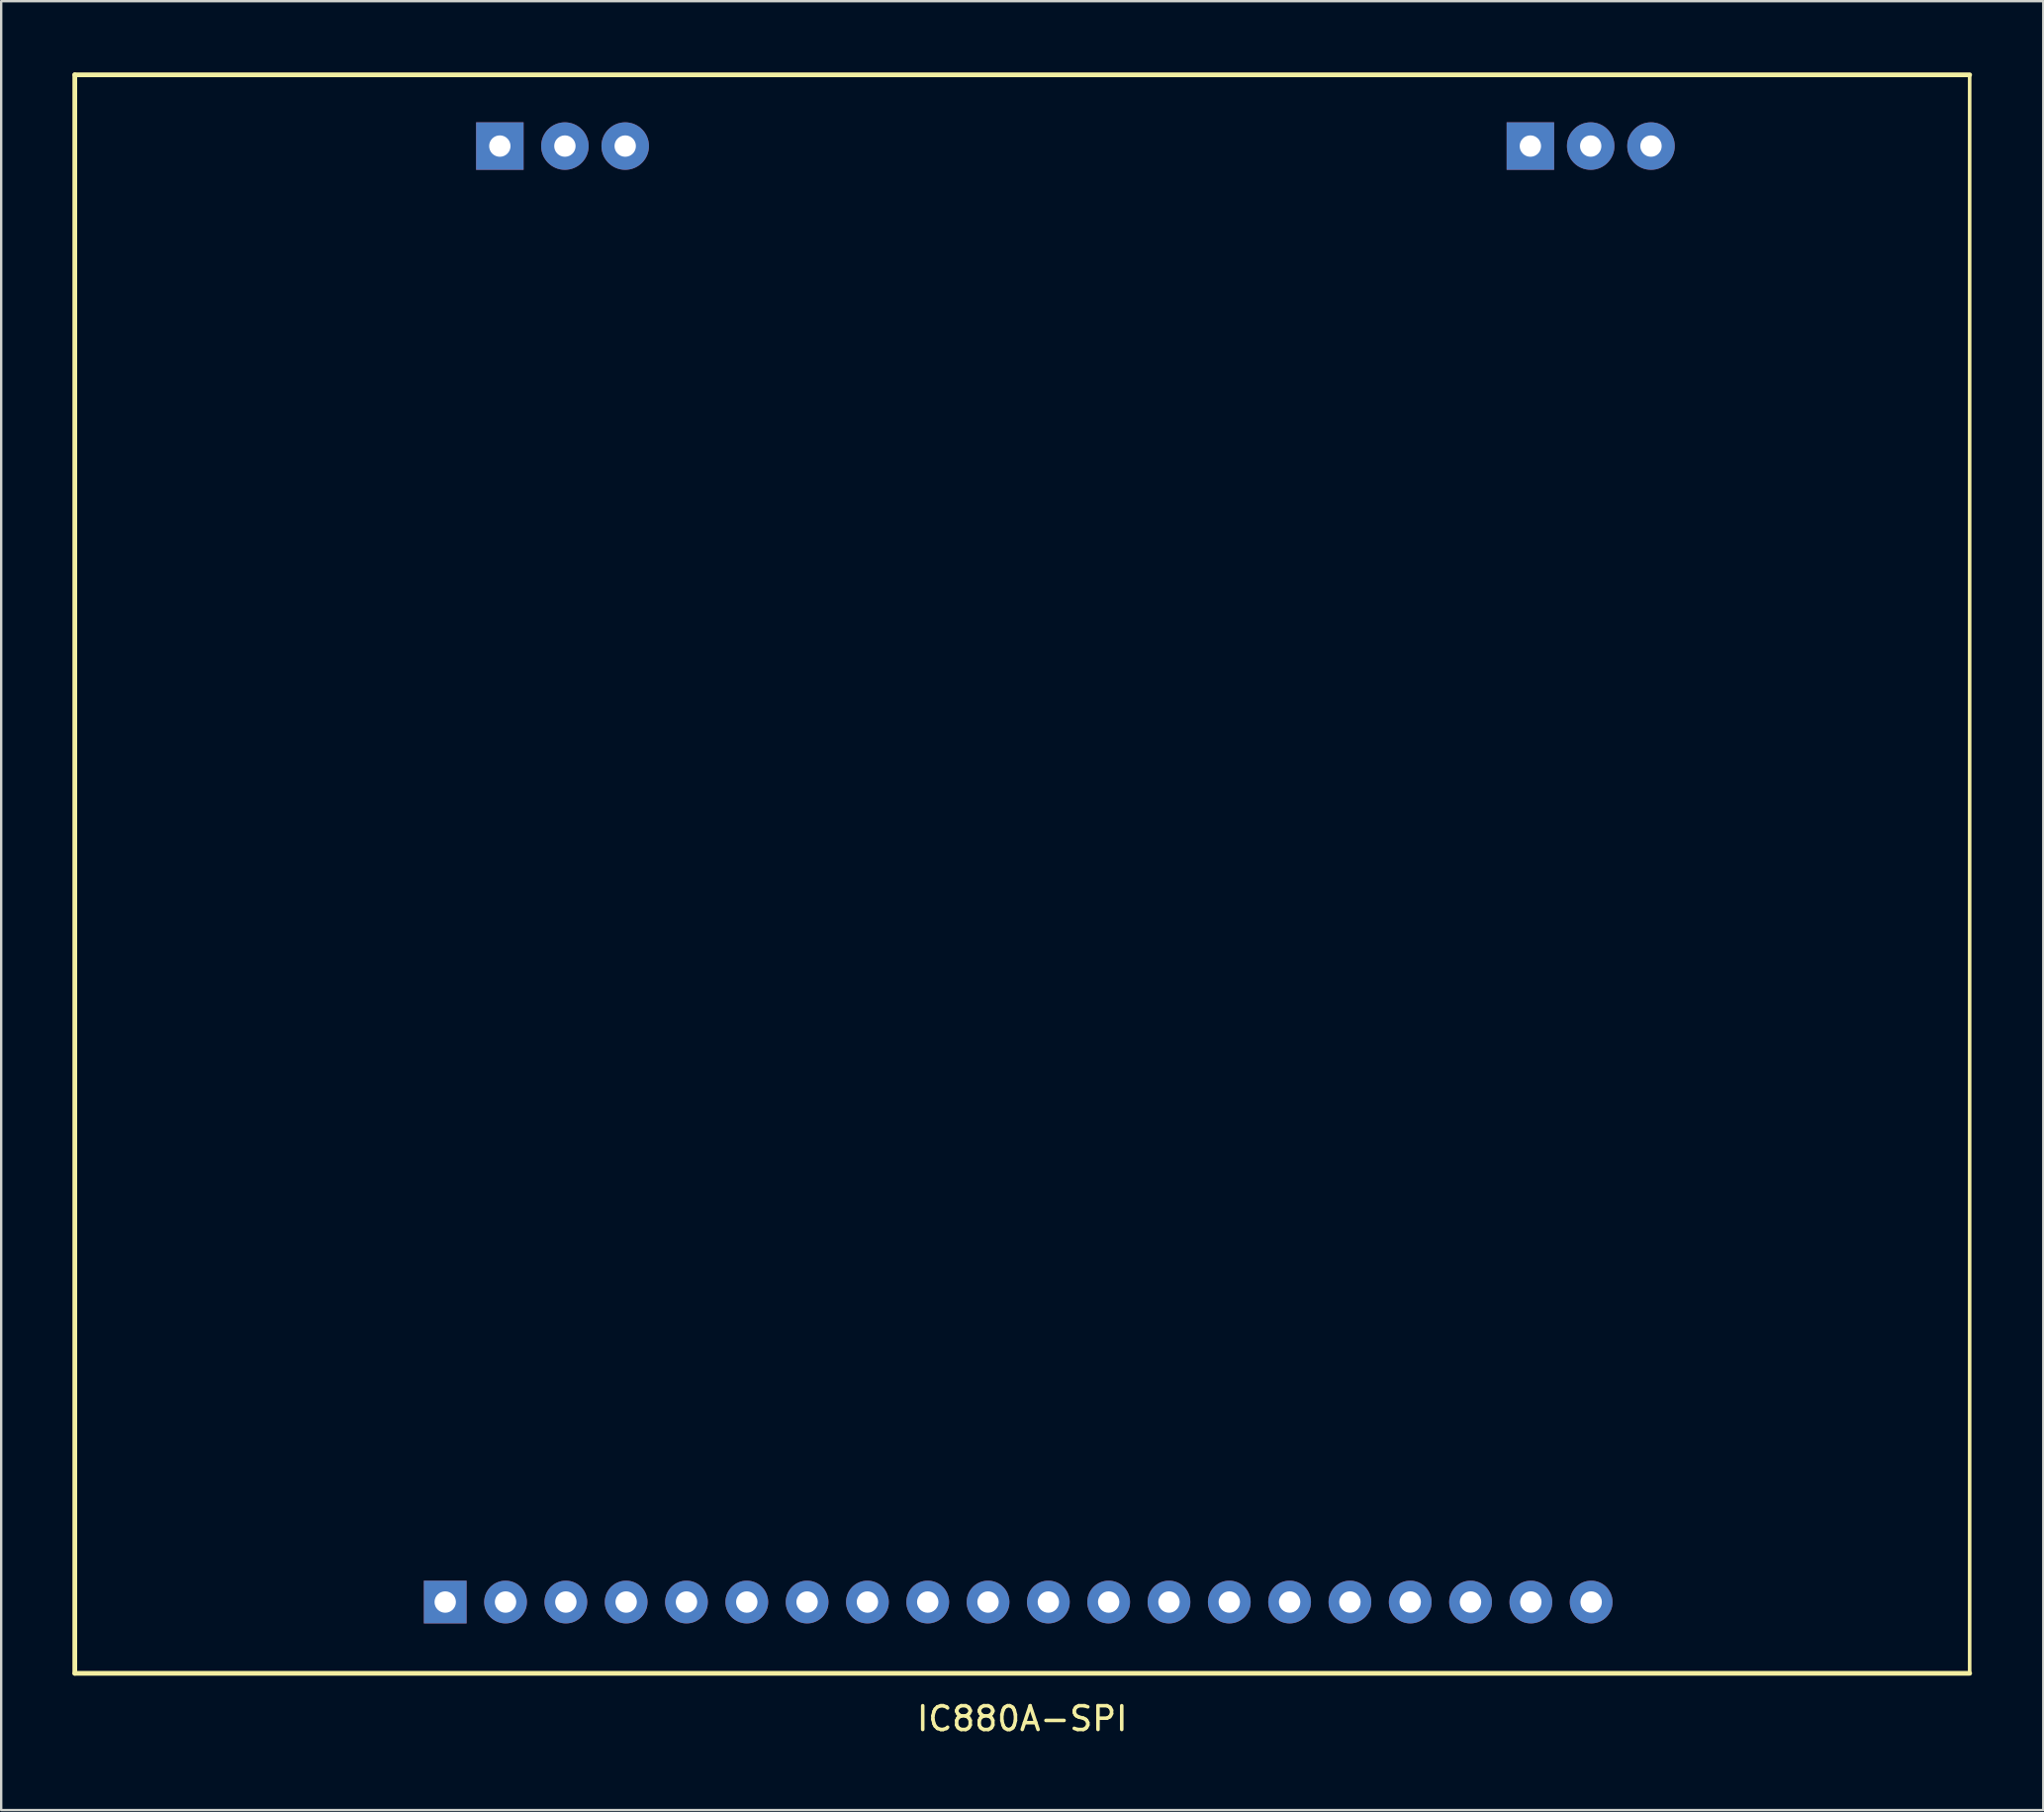
<source format=kicad_pcb>
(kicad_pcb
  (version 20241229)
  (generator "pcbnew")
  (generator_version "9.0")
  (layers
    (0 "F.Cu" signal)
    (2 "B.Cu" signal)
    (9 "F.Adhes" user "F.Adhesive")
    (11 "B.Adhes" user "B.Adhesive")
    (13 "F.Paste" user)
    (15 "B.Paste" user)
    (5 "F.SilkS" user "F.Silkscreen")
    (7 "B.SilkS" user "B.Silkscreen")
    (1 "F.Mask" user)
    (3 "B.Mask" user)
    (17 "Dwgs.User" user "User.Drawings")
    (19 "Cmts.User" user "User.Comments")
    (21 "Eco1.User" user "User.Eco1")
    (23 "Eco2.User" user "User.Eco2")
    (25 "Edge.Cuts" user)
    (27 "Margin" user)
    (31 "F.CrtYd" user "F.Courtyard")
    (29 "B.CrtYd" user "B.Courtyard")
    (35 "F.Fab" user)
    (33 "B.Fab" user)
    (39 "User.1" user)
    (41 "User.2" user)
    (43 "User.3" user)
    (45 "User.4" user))
  (footprint "IC880A-SPI"
    (layer "F.Cu")
    (at 40 33.75)
    (property "Reference" "IC880A-SPI" (at 0 35.56 0) (layer "F.SilkS") (effects (font (size 1 1) (thickness 0.15))))
    (attr through_hole)
    (fp_line (start -39.9 -33.65) (end 39.9 -33.65) (stroke (width 0.2) (type solid)) (layer "F.SilkS"))
    (fp_line (start -39.9 33.65) (end -39.9 -33.65) (stroke (width 0.2) (type solid)) (layer "F.SilkS"))
    (fp_line (start 39.9 -33.65) (end 39.9 33.65) (stroke (width 0.15) (type solid)) (layer "F.SilkS"))
    (fp_line (start 39.9 33.65) (end -39.9 33.65) (stroke (width 0.2) (type solid)) (layer "F.SilkS"))
    (pad "1" thru_hole rect (at -24.3 30.65) (size 1.8 1.8) (drill 0.9) (layers "*.Cu" "*.Mask"))
    (pad "2" thru_hole circle (at -21.76 30.65) (size 1.8 1.8) (drill 0.9) (layers "*.Cu" "*.Mask"))
    (pad "3" thru_hole circle (at -19.22 30.65) (size 1.8 1.8) (drill 0.9) (layers "*.Cu" "*.Mask"))
    (pad "4" thru_hole circle (at -16.68 30.65) (size 1.8 1.8) (drill 0.9) (layers "*.Cu" "*.Mask"))
    (pad "5" thru_hole circle (at -14.14 30.65) (size 1.8 1.8) (drill 0.9) (layers "*.Cu" "*.Mask"))
    (pad "6" thru_hole circle (at -11.6 30.65) (size 1.8 1.8) (drill 0.9) (layers "*.Cu" "*.Mask"))
    (pad "7" thru_hole circle (at -9.06 30.65) (size 1.8 1.8) (drill 0.9) (layers "*.Cu" "*.Mask"))
    (pad "8" thru_hole circle (at -6.52 30.65) (size 1.8 1.8) (drill 0.9) (layers "*.Cu" "*.Mask"))
    (pad "9" thru_hole circle (at -3.98 30.65) (size 1.8 1.8) (drill 0.9) (layers "*.Cu" "*.Mask"))
    (pad "10" thru_hole circle (at -1.44 30.65) (size 1.8 1.8) (drill 0.9) (layers "*.Cu" "*.Mask"))
    (pad "11" thru_hole circle (at 1.1 30.65) (size 1.8 1.8) (drill 0.9) (layers "*.Cu" "*.Mask"))
    (pad "12" thru_hole circle (at 3.64 30.65) (size 1.8 1.8) (drill 0.9) (layers "*.Cu" "*.Mask"))
    (pad "13" thru_hole circle (at 6.18 30.65) (size 1.8 1.8) (drill 0.9) (layers "*.Cu" "*.Mask"))
    (pad "14" thru_hole circle (at 8.72 30.65) (size 1.8 1.8) (drill 0.9) (layers "*.Cu" "*.Mask"))
    (pad "15" thru_hole circle (at 11.26 30.65) (size 1.8 1.8) (drill 0.9) (layers "*.Cu" "*.Mask"))
    (pad "16" thru_hole circle (at 13.8 30.65) (size 1.8 1.8) (drill 0.9) (layers "*.Cu" "*.Mask"))
    (pad "17" thru_hole circle (at 16.34 30.65) (size 1.8 1.8) (drill 0.9) (layers "*.Cu" "*.Mask"))
    (pad "18" thru_hole circle (at 18.88 30.65) (size 1.8 1.8) (drill 0.9) (layers "*.Cu" "*.Mask"))
    (pad "19" thru_hole circle (at 21.42 30.65) (size 1.8 1.8) (drill 0.9) (layers "*.Cu" "*.Mask"))
    (pad "20" thru_hole circle (at 23.96 30.65) (size 1.8 1.8) (drill 0.9) (layers "*.Cu" "*.Mask"))
    (pad "21" thru_hole rect (at -22 -30.65) (size 2 2) (drill 0.9) (layers "*.Cu" "*.Mask"))
    (pad "22" thru_hole circle (at -19.26 -30.65) (size 2 2) (drill 0.9) (layers "*.Cu" "*.Mask"))
    (pad "23" thru_hole circle (at -16.72 -30.65) (size 2 2) (drill 0.9) (layers "*.Cu" "*.Mask"))
    (pad "24" thru_hole rect (at 21.4 -30.65) (size 2 2) (drill 0.9) (layers "*.Cu" "*.Mask"))
    (pad "25" thru_hole circle (at 23.94 -30.65) (size 2 2) (drill 0.9) (layers "*.Cu" "*.Mask"))
    (pad "26" thru_hole circle (at 26.48 -30.65) (size 2 2) (drill 0.9) (layers "*.Cu" "*.Mask")))
  (gr_rect
    (start -3 -3)
    (end 83 73.158)
    (stroke (width 0.1) (type default))
    (fill no)
    (layer "Edge.Cuts")))
</source>
